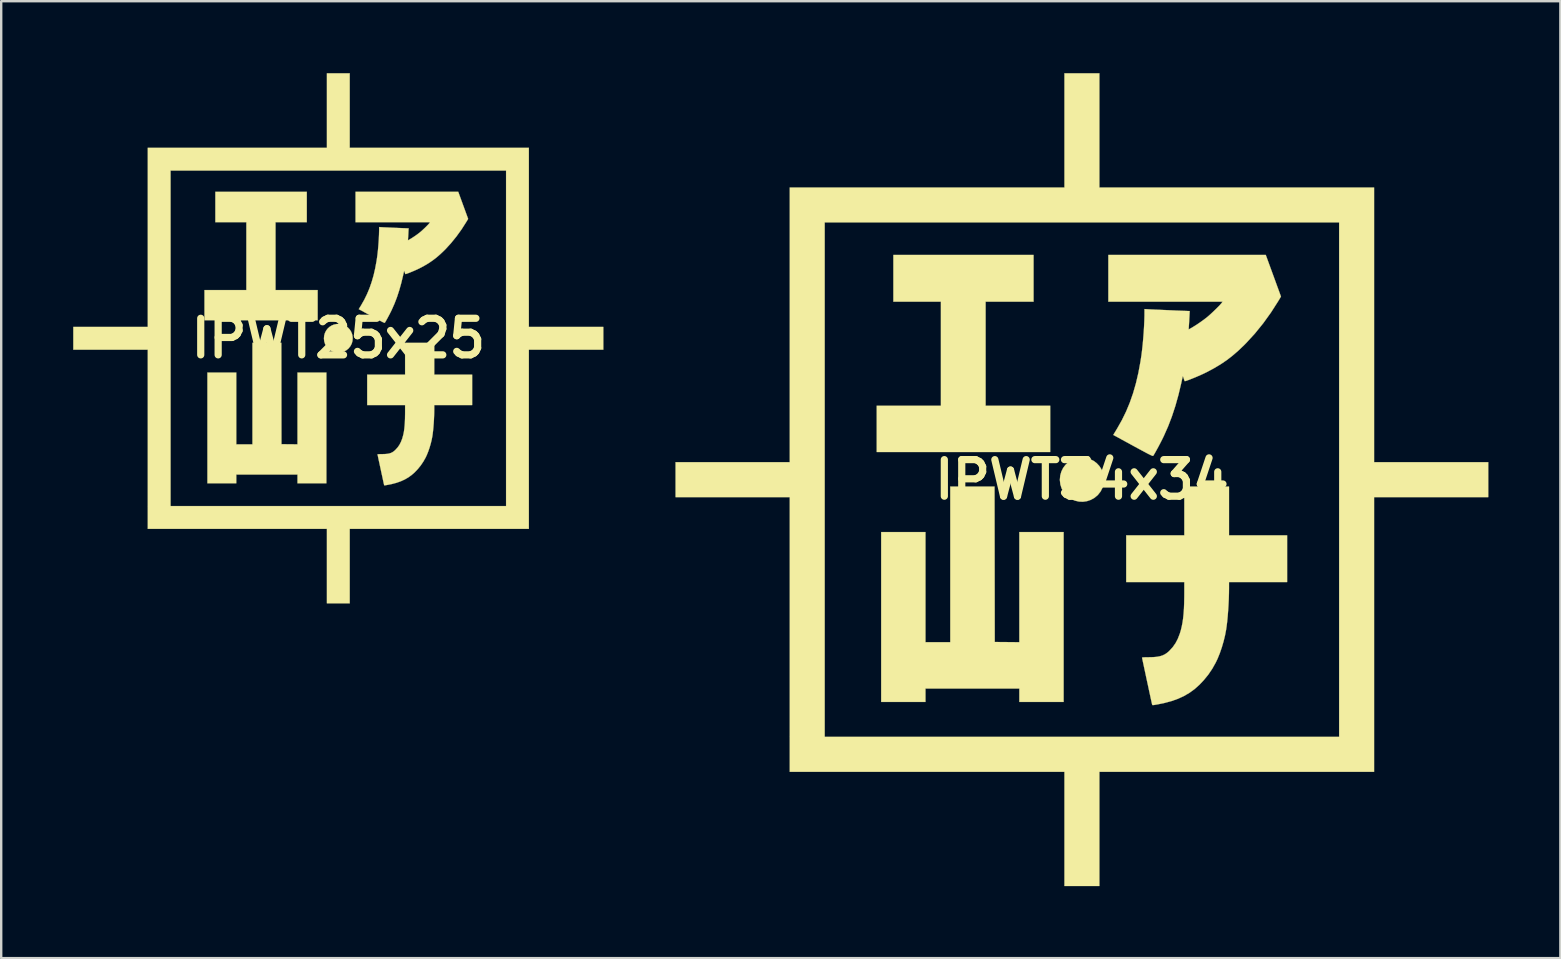
<source format=kicad_pcb>
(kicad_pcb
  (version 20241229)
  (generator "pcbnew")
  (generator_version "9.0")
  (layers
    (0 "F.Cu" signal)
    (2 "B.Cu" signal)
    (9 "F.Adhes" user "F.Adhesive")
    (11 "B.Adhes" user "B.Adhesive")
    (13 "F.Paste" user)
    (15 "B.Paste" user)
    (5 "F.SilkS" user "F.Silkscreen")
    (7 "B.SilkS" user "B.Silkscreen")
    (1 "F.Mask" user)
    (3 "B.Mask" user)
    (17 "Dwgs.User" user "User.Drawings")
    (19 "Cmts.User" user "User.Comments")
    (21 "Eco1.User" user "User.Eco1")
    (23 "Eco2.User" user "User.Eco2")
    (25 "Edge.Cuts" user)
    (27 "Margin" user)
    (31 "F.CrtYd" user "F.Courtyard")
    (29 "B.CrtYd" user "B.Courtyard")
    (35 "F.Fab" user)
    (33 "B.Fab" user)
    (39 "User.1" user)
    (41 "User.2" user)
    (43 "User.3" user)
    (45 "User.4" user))
  (footprint "IPWT25x25"
    (layer "F.Cu")
    (at 11.048 11.048)
    (property "Reference" "IPWT25x25" (at 0 0 0) (layer "F.SilkS") (effects (font (size 1.524 1.524) (thickness 0.3))))
    (attr through_hole)
    (fp_poly (pts (xy -1.314 -4.837) (xy -2.617 -4.837) (xy -2.617 -2.01) (xy -0.861 -2.01) (xy -0.861 -0.751) (xy -5.577 -0.751) (xy -5.577 -2.01) (xy -3.832 -2.01) (xy -3.832 -4.837) (xy -5.124 -4.837) (xy -5.124 -6.107) (xy -1.314 -6.107) (xy -1.314 -4.837)) (stroke (width 0.01) (type solid)) (fill yes) (layer "F.SilkS"))
    (fp_poly (pts (xy -2.372 2.3) (xy -2.369 4.412) (xy -1.701 4.418) (xy -1.701 1.425) (xy -0.497 1.425) (xy -0.497 6.041) (xy -1.701 6.041) (xy -1.701 5.676) (xy -4.252 5.676) (xy -4.252 6.041) (xy -5.455 6.041) (xy -5.455 1.425) (xy -4.252 1.425) (xy -4.252 4.417) (xy -3.578 4.417) (xy -3.578 0.188) (xy -2.374 0.188) (xy -2.372 2.3)) (stroke (width 0.01) (type solid)) (fill yes) (layer "F.SilkS"))
    (fp_poly (pts (xy 0.475 -7.94) (xy 7.94 -7.94) (xy 7.94 -0.475) (xy 11.043 -0.475) (xy 11.043 0.475) (xy 7.94 0.475) (xy 7.94 7.94) (xy 0.475 7.94) (xy 0.475 11.043) (xy -0.475 11.043) (xy -0.475 7.94) (xy -7.94 7.94) (xy -7.94 0.475) (xy -11.043 0.475) (xy -11.043 -0.475) (xy -7.94 -0.475) (xy -7.94 -6.991) (xy -6.991 -6.991) (xy -6.991 6.991) (xy 6.991 6.991) (xy 6.991 -6.991) (xy -6.991 -6.991) (xy -7.94 -6.991) (xy -7.94 -7.94) (xy -0.475 -7.94) (xy -0.475 -11.043) (xy 0.475 -11.043) (xy 0.475 -7.94)) (stroke (width 0.01) (type solid)) (fill yes) (layer "F.SilkS"))
    (fp_poly (pts (xy 0.114 -0.589) (xy 0.219 -0.559) (xy 0.316 -0.511) (xy 0.401 -0.448) (xy 0.474 -0.37) (xy 0.532 -0.28) (xy 0.573 -0.18) (xy 0.595 -0.071) (xy 0.599 0) (xy 0.589 0.116) (xy 0.558 0.224) (xy 0.507 0.323) (xy 0.436 0.413) (xy 0.425 0.425) (xy 0.338 0.496) (xy 0.241 0.55) (xy 0.136 0.585) (xy 0.026 0.6) (xy -0.082 0.595) (xy -0.194 0.569) (xy -0.293 0.525) (xy -0.384 0.462) (xy -0.425 0.425) (xy -0.498 0.336) (xy -0.552 0.238) (xy -0.586 0.131) (xy -0.599 0.016) (xy -0.599 0) (xy -0.589 -0.114) (xy -0.559 -0.219) (xy -0.511 -0.316) (xy -0.448 -0.401) (xy -0.37 -0.474) (xy -0.28 -0.532) (xy -0.18 -0.573) (xy -0.071 -0.595) (xy 0 -0.599) (xy 0.114 -0.589)) (stroke (width 0.01) (type solid)) (fill yes) (layer "F.SilkS"))
    (fp_poly (pts (xy 3.998 1.513) (xy 5.577 1.513) (xy 5.577 2.783) (xy 3.998 2.783) (xy 3.998 2.957) (xy 3.996 3.099) (xy 3.991 3.25) (xy 3.984 3.405) (xy 3.974 3.561) (xy 3.962 3.713) (xy 3.948 3.855) (xy 3.933 3.984) (xy 3.92 4.075) (xy 3.89 4.232) (xy 3.85 4.395) (xy 3.802 4.558) (xy 3.748 4.715) (xy 3.689 4.861) (xy 3.638 4.97) (xy 3.542 5.14) (xy 3.435 5.298) (xy 3.314 5.447) (xy 3.196 5.571) (xy 3.066 5.688) (xy 2.926 5.791) (xy 2.775 5.879) (xy 2.61 5.955) (xy 2.43 6.019) (xy 2.233 6.072) (xy 2.063 6.106) (xy 2.003 6.117) (xy 1.962 6.124) (xy 1.936 6.127) (xy 1.92 6.126) (xy 1.913 6.122) (xy 1.909 6.114) (xy 1.907 6.104) (xy 1.902 6.083) (xy 1.893 6.044) (xy 1.881 5.989) (xy 1.866 5.92) (xy 1.849 5.84) (xy 1.83 5.751) (xy 1.809 5.656) (xy 1.787 5.556) (xy 1.766 5.455) (xy 1.744 5.353) (xy 1.723 5.255) (xy 1.703 5.162) (xy 1.684 5.076) (xy 1.668 4.999) (xy 1.655 4.935) (xy 1.644 4.885) (xy 1.637 4.852) (xy 1.634 4.838) (xy 1.634 4.837) (xy 1.645 4.833) (xy 1.677 4.829) (xy 1.728 4.827) (xy 1.798 4.826) (xy 1.819 4.826) (xy 1.937 4.823) (xy 2.036 4.815) (xy 2.12 4.8) (xy 2.193 4.777) (xy 2.258 4.745) (xy 2.319 4.703) (xy 2.376 4.652) (xy 2.467 4.553) (xy 2.544 4.444) (xy 2.608 4.321) (xy 2.662 4.183) (xy 2.687 4.096) (xy 2.713 3.995) (xy 2.734 3.888) (xy 2.75 3.773) (xy 2.763 3.647) (xy 2.773 3.509) (xy 2.779 3.356) (xy 2.782 3.184) (xy 2.783 3.078) (xy 2.783 2.783) (xy 1.204 2.783) (xy 1.204 1.513) (xy 2.783 1.513) (xy 2.783 0.188) (xy 3.998 0.188) (xy 3.998 1.513)) (stroke (width 0.01) (type solid)) (fill yes) (layer "F.SilkS"))
    (fp_poly (pts (xy 4.997 -6.107) (xy 5.204 -5.541) (xy 5.41 -4.976) (xy 5.337 -4.855) (xy 5.138 -4.543) (xy 4.927 -4.25) (xy 4.705 -3.976) (xy 4.472 -3.72) (xy 4.418 -3.666) (xy 4.256 -3.511) (xy 4.097 -3.373) (xy 3.936 -3.249) (xy 3.769 -3.135) (xy 3.59 -3.028) (xy 3.396 -2.924) (xy 3.357 -2.905) (xy 3.297 -2.876) (xy 3.229 -2.845) (xy 3.158 -2.814) (xy 3.085 -2.783) (xy 3.015 -2.754) (xy 2.949 -2.728) (xy 2.891 -2.706) (xy 2.844 -2.689) (xy 2.811 -2.679) (xy 2.795 -2.677) (xy 2.795 -2.677) (xy 2.788 -2.69) (xy 2.777 -2.717) (xy 2.767 -2.749) (xy 2.756 -2.783) (xy 2.747 -2.806) (xy 2.743 -2.813) (xy 2.74 -2.802) (xy 2.733 -2.773) (xy 2.723 -2.729) (xy 2.711 -2.675) (xy 2.701 -2.628) (xy 2.624 -2.307) (xy 2.539 -2.004) (xy 2.446 -1.718) (xy 2.342 -1.447) (xy 2.228 -1.189) (xy 2.18 -1.092) (xy 2.148 -1.028) (xy 2.112 -0.959) (xy 2.074 -0.888) (xy 2.037 -0.82) (xy 2.003 -0.758) (xy 1.973 -0.705) (xy 1.95 -0.666) (xy 1.939 -0.649) (xy 1.934 -0.646) (xy 1.927 -0.646) (xy 1.914 -0.649) (xy 1.894 -0.656) (xy 1.867 -0.668) (xy 1.83 -0.686) (xy 1.782 -0.711) (xy 1.721 -0.743) (xy 1.646 -0.783) (xy 1.556 -0.832) (xy 1.449 -0.89) (xy 1.389 -0.923) (xy 0.852 -1.215) (xy 0.958 -1.389) (xy 1.086 -1.615) (xy 1.2 -1.85) (xy 1.302 -2.094) (xy 1.391 -2.351) (xy 1.469 -2.62) (xy 1.535 -2.906) (xy 1.591 -3.208) (xy 1.617 -3.379) (xy 1.635 -3.518) (xy 1.652 -3.672) (xy 1.666 -3.834) (xy 1.679 -4) (xy 1.689 -4.164) (xy 1.696 -4.319) (xy 1.7 -4.461) (xy 1.701 -4.519) (xy 1.701 -4.637) (xy 1.781 -4.631) (xy 1.81 -4.63) (xy 1.858 -4.627) (xy 1.92 -4.624) (xy 1.996 -4.621) (xy 2.081 -4.617) (xy 2.173 -4.613) (xy 2.27 -4.609) (xy 2.369 -4.604) (xy 2.466 -4.6) (xy 2.56 -4.596) (xy 2.648 -4.592) (xy 2.726 -4.589) (xy 2.793 -4.587) (xy 2.845 -4.585) (xy 2.88 -4.583) (xy 2.894 -4.583) (xy 2.93 -4.583) (xy 2.922 -4.448) (xy 2.919 -4.38) (xy 2.915 -4.306) (xy 2.911 -4.236) (xy 2.908 -4.197) (xy 2.901 -4.082) (xy 2.966 -4.119) (xy 3.043 -4.164) (xy 3.13 -4.22) (xy 3.221 -4.281) (xy 3.308 -4.344) (xy 3.386 -4.404) (xy 3.39 -4.407) (xy 3.436 -4.445) (xy 3.489 -4.492) (xy 3.547 -4.546) (xy 3.606 -4.601) (xy 3.663 -4.657) (xy 3.714 -4.709) (xy 3.757 -4.754) (xy 3.788 -4.79) (xy 3.798 -4.803) (xy 3.823 -4.837) (xy 0.718 -4.837) (xy 0.718 -6.107) (xy 4.997 -6.107)) (stroke (width 0.01) (type solid)) (fill yes) (layer "F.SilkS")))
  (footprint "IPWT34x34"
    (layer "F.Cu")
    (at 42.035 16.938)
    (property "Reference" "IPWT34x34" (at 0 0 0) (layer "F.SilkS") (effects (font (size 1.524 1.524) (thickness 0.3))))
    (attr through_hole)
    (fp_poly (pts (xy -2.015 -7.417) (xy -4.013 -7.417) (xy -4.013 -3.082) (xy -1.321 -3.082) (xy -1.321 -1.151) (xy -8.551 -1.151) (xy -8.551 -3.082) (xy -5.876 -3.082) (xy -5.876 -7.417) (xy -7.857 -7.417) (xy -7.857 -9.364) (xy -2.015 -9.364) (xy -2.015 -7.417)) (stroke (width 0.01) (type solid)) (fill yes) (layer "F.SilkS"))
    (fp_poly (pts (xy -3.632 6.765) (xy -3.12 6.769) (xy -2.608 6.774) (xy -2.608 2.184) (xy -0.762 2.184) (xy -0.762 9.263) (xy -2.608 9.263) (xy -2.608 8.704) (xy -6.519 8.704) (xy -6.519 9.263) (xy -8.365 9.263) (xy -8.365 2.184) (xy -6.519 2.184) (xy -6.519 6.773) (xy -5.486 6.773) (xy -5.486 0.288) (xy -3.641 0.288) (xy -3.632 6.765)) (stroke (width 0.01) (type solid)) (fill yes) (layer "F.SilkS"))
    (fp_poly (pts (xy 0.728 -12.175) (xy 12.175 -12.175) (xy 12.175 -0.728) (xy 16.933 -0.728) (xy 16.933 0.728) (xy 12.175 0.728) (xy 12.175 12.175) (xy 0.728 12.175) (xy 0.728 16.933) (xy -0.728 16.933) (xy -0.728 12.175) (xy -12.175 12.175) (xy -12.175 0.728) (xy -16.933 0.728) (xy -16.933 -0.728) (xy -12.175 -0.728) (xy -12.175 -10.719) (xy -10.719 -10.719) (xy -10.719 10.719) (xy 10.719 10.719) (xy 10.719 -10.719) (xy -10.719 -10.719) (xy -12.175 -10.719) (xy -12.175 -12.175) (xy -0.728 -12.175) (xy -0.728 -16.933) (xy 0.728 -16.933) (xy 0.728 -12.175)) (stroke (width 0.01) (type solid)) (fill yes) (layer "F.SilkS"))
    (fp_poly (pts (xy 0.174 -0.903) (xy 0.337 -0.857) (xy 0.485 -0.784) (xy 0.616 -0.687) (xy 0.727 -0.568) (xy 0.815 -0.43) (xy 0.878 -0.276) (xy 0.913 -0.109) (xy 0.919 0) (xy 0.903 0.178) (xy 0.855 0.343) (xy 0.777 0.496) (xy 0.668 0.634) (xy 0.651 0.651) (xy 0.518 0.761) (xy 0.369 0.843) (xy 0.208 0.897) (xy 0.04 0.921) (xy -0.126 0.913) (xy -0.297 0.873) (xy -0.45 0.806) (xy -0.588 0.709) (xy -0.651 0.651) (xy -0.764 0.515) (xy -0.846 0.365) (xy -0.898 0.201) (xy -0.918 0.025) (xy -0.919 0) (xy -0.903 -0.174) (xy -0.857 -0.337) (xy -0.784 -0.485) (xy -0.687 -0.616) (xy -0.568 -0.727) (xy -0.43 -0.815) (xy -0.276 -0.878) (xy -0.109 -0.913) (xy 0 -0.919) (xy 0.174 -0.903)) (stroke (width 0.01) (type solid)) (fill yes) (layer "F.SilkS"))
    (fp_poly (pts (xy 6.13 2.32) (xy 8.551 2.32) (xy 8.551 4.267) (xy 6.13 4.267) (xy 6.13 4.534) (xy 6.127 4.751) (xy 6.12 4.983) (xy 6.108 5.222) (xy 6.093 5.461) (xy 6.075 5.693) (xy 6.054 5.911) (xy 6.03 6.109) (xy 6.01 6.248) (xy 5.964 6.49) (xy 5.903 6.74) (xy 5.83 6.989) (xy 5.747 7.23) (xy 5.657 7.453) (xy 5.578 7.62) (xy 5.431 7.882) (xy 5.268 8.123) (xy 5.081 8.352) (xy 4.901 8.543) (xy 4.702 8.722) (xy 4.487 8.879) (xy 4.255 9.015) (xy 4.002 9.132) (xy 3.726 9.229) (xy 3.425 9.31) (xy 3.163 9.363) (xy 3.072 9.379) (xy 3.009 9.39) (xy 2.968 9.394) (xy 2.944 9.394) (xy 2.933 9.387) (xy 2.927 9.374) (xy 2.924 9.36) (xy 2.916 9.328) (xy 2.903 9.267) (xy 2.884 9.183) (xy 2.861 9.077) (xy 2.835 8.955) (xy 2.805 8.818) (xy 2.774 8.672) (xy 2.741 8.519) (xy 2.707 8.364) (xy 2.674 8.208) (xy 2.642 8.058) (xy 2.611 7.914) (xy 2.583 7.782) (xy 2.558 7.665) (xy 2.537 7.567) (xy 2.521 7.49) (xy 2.51 7.439) (xy 2.506 7.418) (xy 2.506 7.417) (xy 2.523 7.41) (xy 2.571 7.405) (xy 2.65 7.401) (xy 2.757 7.4) (xy 2.79 7.4) (xy 2.969 7.396) (xy 3.121 7.383) (xy 3.25 7.359) (xy 3.362 7.324) (xy 3.463 7.275) (xy 3.556 7.211) (xy 3.644 7.133) (xy 3.783 6.982) (xy 3.901 6.814) (xy 3.999 6.626) (xy 4.081 6.413) (xy 4.121 6.281) (xy 4.159 6.125) (xy 4.191 5.961) (xy 4.217 5.785) (xy 4.237 5.593) (xy 4.252 5.381) (xy 4.261 5.145) (xy 4.266 4.882) (xy 4.267 4.72) (xy 4.267 4.267) (xy 1.846 4.267) (xy 1.846 2.32) (xy 4.267 2.32) (xy 4.267 0.288) (xy 6.13 0.288) (xy 6.13 2.32)) (stroke (width 0.01) (type solid)) (fill yes) (layer "F.SilkS"))
    (fp_poly (pts (xy 4.381 -9.364) (xy 7.662 -9.364) (xy 7.979 -8.497) (xy 8.295 -7.63) (xy 8.184 -7.444) (xy 7.878 -6.966) (xy 7.555 -6.517) (xy 7.214 -6.096) (xy 6.856 -5.705) (xy 6.774 -5.621) (xy 6.526 -5.383) (xy 6.282 -5.172) (xy 6.036 -4.981) (xy 5.779 -4.807) (xy 5.505 -4.643) (xy 5.207 -4.484) (xy 5.148 -4.455) (xy 5.055 -4.41) (xy 4.951 -4.363) (xy 4.842 -4.315) (xy 4.731 -4.267) (xy 4.622 -4.223) (xy 4.522 -4.183) (xy 4.433 -4.149) (xy 4.361 -4.124) (xy 4.311 -4.108) (xy 4.286 -4.105) (xy 4.286 -4.105) (xy 4.274 -4.125) (xy 4.258 -4.167) (xy 4.242 -4.216) (xy 4.225 -4.268) (xy 4.212 -4.303) (xy 4.206 -4.314) (xy 4.201 -4.296) (xy 4.191 -4.252) (xy 4.175 -4.185) (xy 4.157 -4.101) (xy 4.141 -4.03) (xy 4.024 -3.537) (xy 3.894 -3.072) (xy 3.75 -2.634) (xy 3.591 -2.219) (xy 3.416 -1.824) (xy 3.343 -1.674) (xy 3.293 -1.576) (xy 3.238 -1.47) (xy 3.181 -1.362) (xy 3.124 -1.258) (xy 3.071 -1.162) (xy 3.025 -1.081) (xy 2.989 -1.021) (xy 2.973 -0.996) (xy 2.966 -0.991) (xy 2.954 -0.99) (xy 2.934 -0.994) (xy 2.905 -1.006) (xy 2.863 -1.025) (xy 2.806 -1.053) (xy 2.732 -1.09) (xy 2.639 -1.14) (xy 2.525 -1.201) (xy 2.386 -1.276) (xy 2.221 -1.365) (xy 2.13 -1.415) (xy 1.307 -1.864) (xy 1.468 -2.13) (xy 1.664 -2.477) (xy 1.84 -2.836) (xy 1.996 -3.211) (xy 2.133 -3.604) (xy 2.252 -4.018) (xy 2.354 -4.455) (xy 2.44 -4.919) (xy 2.48 -5.182) (xy 2.507 -5.394) (xy 2.533 -5.63) (xy 2.555 -5.879) (xy 2.575 -6.133) (xy 2.59 -6.384) (xy 2.601 -6.623) (xy 2.607 -6.841) (xy 2.607 -6.929) (xy 2.608 -7.109) (xy 2.731 -7.102) (xy 2.776 -7.099) (xy 2.848 -7.095) (xy 2.944 -7.091) (xy 3.06 -7.085) (xy 3.19 -7.08) (xy 3.332 -7.073) (xy 3.481 -7.067) (xy 3.632 -7.06) (xy 3.782 -7.054) (xy 3.926 -7.047) (xy 4.06 -7.042) (xy 4.18 -7.037) (xy 4.283 -7.033) (xy 4.363 -7.03) (xy 4.417 -7.028) (xy 4.437 -7.027) (xy 4.492 -7.027) (xy 4.481 -6.82) (xy 4.475 -6.716) (xy 4.469 -6.602) (xy 4.463 -6.495) (xy 4.459 -6.436) (xy 4.448 -6.259) (xy 4.548 -6.315) (xy 4.666 -6.385) (xy 4.8 -6.47) (xy 4.939 -6.565) (xy 5.073 -6.661) (xy 5.192 -6.752) (xy 5.199 -6.757) (xy 5.269 -6.816) (xy 5.35 -6.888) (xy 5.439 -6.97) (xy 5.529 -7.056) (xy 5.616 -7.141) (xy 5.695 -7.22) (xy 5.761 -7.29) (xy 5.808 -7.344) (xy 5.824 -7.365) (xy 5.861 -7.417) (xy 1.101 -7.417) (xy 1.101 -9.364) (xy 4.381 -9.364)) (stroke (width 0.01) (type solid)) (fill yes) (layer "F.SilkS")))
  (gr_rect
    (start -3 -3)
    (end 61.974 36.877)
    (stroke (width 0.1) (type default))
    (fill no)
    (layer "Edge.Cuts")))
</source>
